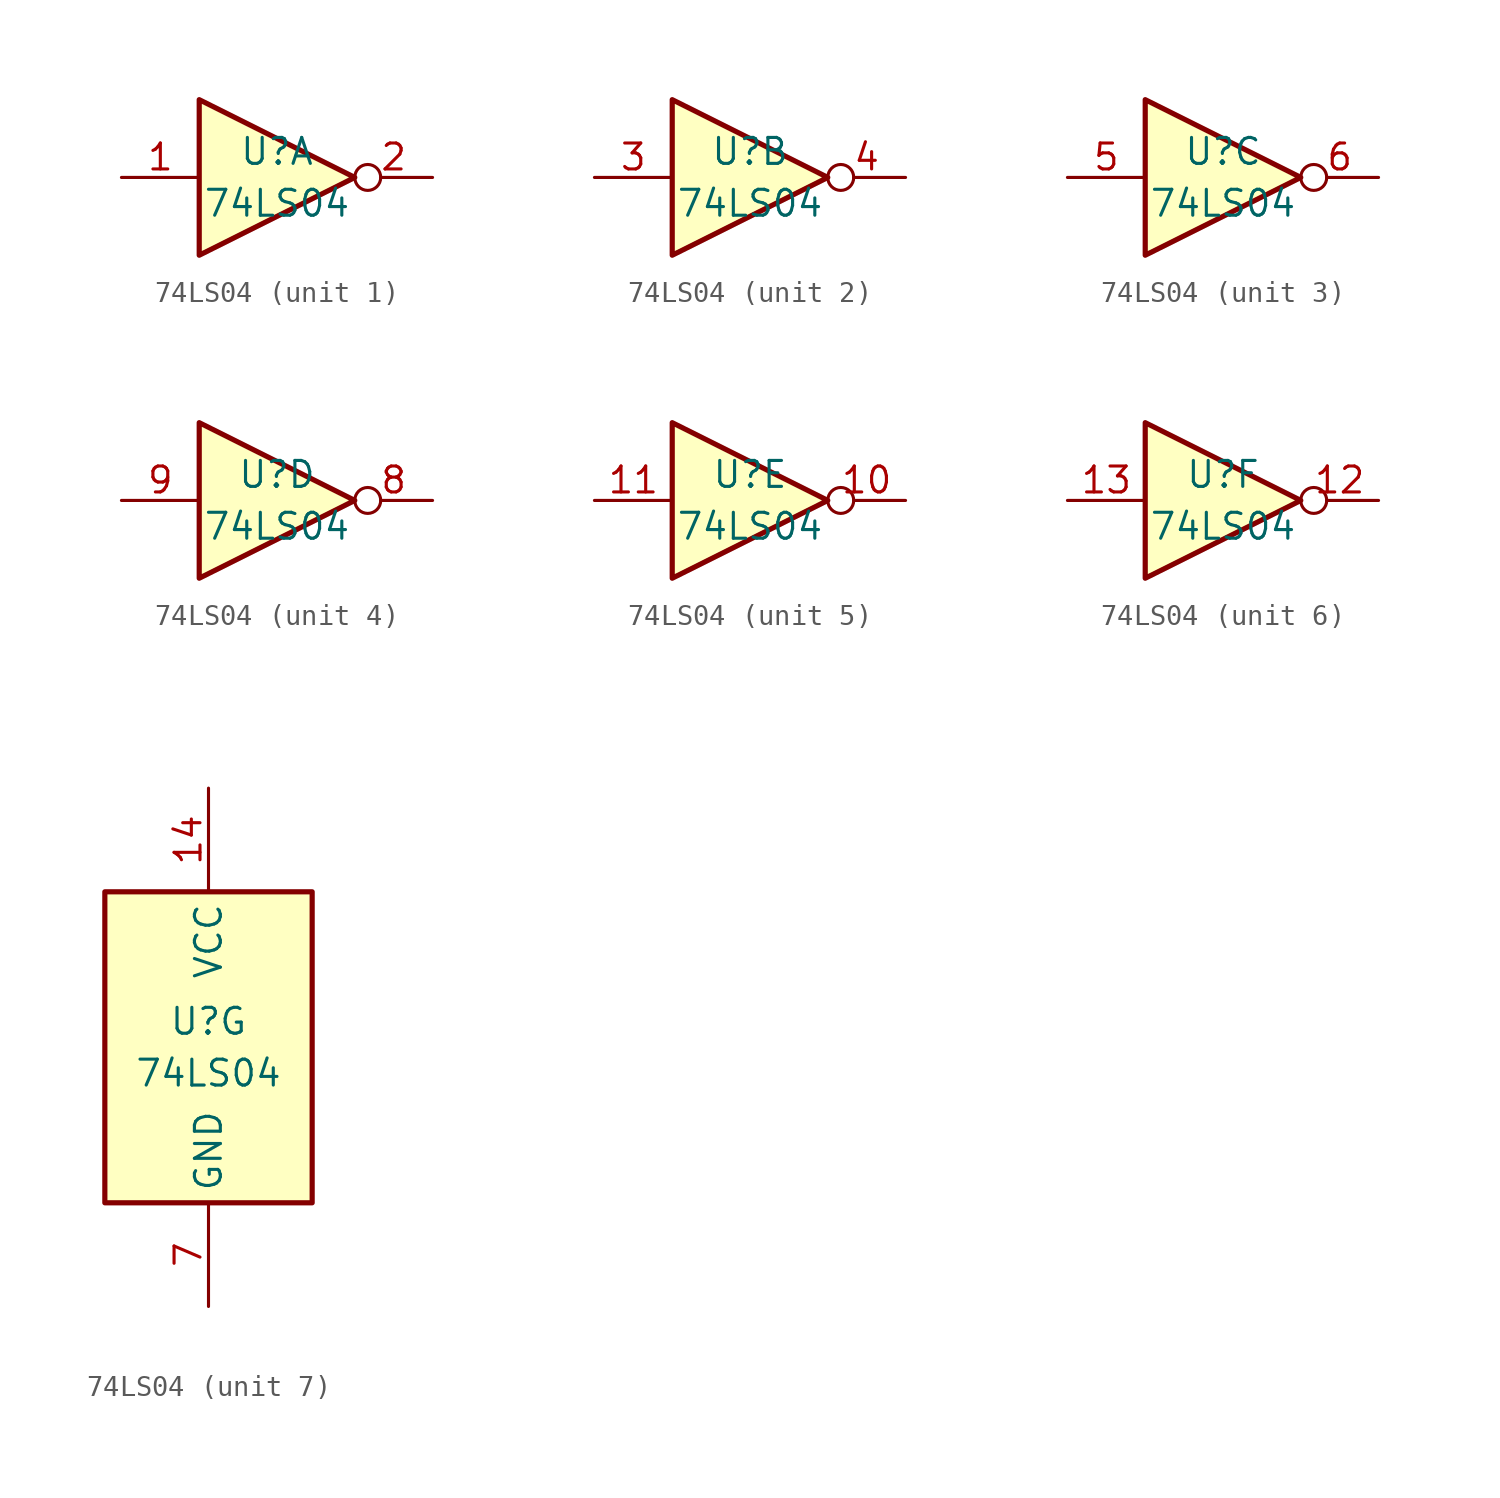
<source format=kicad_sym>
(kicad_symbol_lib
  (version 20241209)
  (generator "kicad_symbol_editor")
  (generator_version "9.0")
  (symbol "74LS04"
    (property "Reference" "U"
      (at 0 1.27 0)
      (effects (font (size 1.27 1.27))))
    (property "Value" "74LS04"
      (at 0 -1.27 0)
      (effects (font (size 1.27 1.27))))
    (property "ki_locked" ""
      (at 0 0 0)
      (effects (font (size 1.27 1.27))))
    (symbol "74LS04_1_0"
      (polyline (pts (xy -3.81 3.81) (xy -3.81 -3.81) (xy 3.81 0) (xy -3.81 3.81)) (stroke (width 0.254) (type default)) (fill (type background)))
      (pin input line (at -7.62 0 0) (length 3.81) (name "~" (effects (font (size 1.27 1.27)))) (number "1" (effects (font (size 1.27 1.27)))))
      (pin output inverted (at 7.62 0 180) (length 3.81) (name "~" (effects (font (size 1.27 1.27)))) (number "2" (effects (font (size 1.27 1.27))))))
    (symbol "74LS04_2_0"
      (polyline (pts (xy -3.81 3.81) (xy -3.81 -3.81) (xy 3.81 0) (xy -3.81 3.81)) (stroke (width 0.254) (type default)) (fill (type background)))
      (pin input line (at -7.62 0 0) (length 3.81) (name "~" (effects (font (size 1.27 1.27)))) (number "3" (effects (font (size 1.27 1.27)))))
      (pin output inverted (at 7.62 0 180) (length 3.81) (name "~" (effects (font (size 1.27 1.27)))) (number "4" (effects (font (size 1.27 1.27))))))
    (symbol "74LS04_3_0"
      (polyline (pts (xy -3.81 3.81) (xy -3.81 -3.81) (xy 3.81 0) (xy -3.81 3.81)) (stroke (width 0.254) (type default)) (fill (type background)))
      (pin input line (at -7.62 0 0) (length 3.81) (name "~" (effects (font (size 1.27 1.27)))) (number "5" (effects (font (size 1.27 1.27)))))
      (pin output inverted (at 7.62 0 180) (length 3.81) (name "~" (effects (font (size 1.27 1.27)))) (number "6" (effects (font (size 1.27 1.27))))))
    (symbol "74LS04_4_0"
      (polyline (pts (xy -3.81 3.81) (xy -3.81 -3.81) (xy 3.81 0) (xy -3.81 3.81)) (stroke (width 0.254) (type default)) (fill (type background)))
      (pin input line (at -7.62 0 0) (length 3.81) (name "~" (effects (font (size 1.27 1.27)))) (number "9" (effects (font (size 1.27 1.27)))))
      (pin output inverted (at 7.62 0 180) (length 3.81) (name "~" (effects (font (size 1.27 1.27)))) (number "8" (effects (font (size 1.27 1.27))))))
    (symbol "74LS04_5_0"
      (polyline (pts (xy -3.81 3.81) (xy -3.81 -3.81) (xy 3.81 0) (xy -3.81 3.81)) (stroke (width 0.254) (type default)) (fill (type background)))
      (pin input line (at -7.62 0 0) (length 3.81) (name "~" (effects (font (size 1.27 1.27)))) (number "11" (effects (font (size 1.27 1.27)))))
      (pin output inverted (at 7.62 0 180) (length 3.81) (name "~" (effects (font (size 1.27 1.27)))) (number "10" (effects (font (size 1.27 1.27))))))
    (symbol "74LS04_6_0"
      (polyline (pts (xy -3.81 3.81) (xy -3.81 -3.81) (xy 3.81 0) (xy -3.81 3.81)) (stroke (width 0.254) (type default)) (fill (type background)))
      (pin input line (at -7.62 0 0) (length 3.81) (name "~" (effects (font (size 1.27 1.27)))) (number "13" (effects (font (size 1.27 1.27)))))
      (pin output inverted (at 7.62 0 180) (length 3.81) (name "~" (effects (font (size 1.27 1.27)))) (number "12" (effects (font (size 1.27 1.27))))))
    (symbol "74LS04_7_0"
      (pin power_in line (at 0 12.7 270) (length 5.08) (name "VCC" (effects (font (size 1.27 1.27)))) (number "14" (effects (font (size 1.27 1.27)))))
      (pin power_in line (at 0 -12.7 90) (length 5.08) (name "GND" (effects (font (size 1.27 1.27)))) (number "7" (effects (font (size 1.27 1.27))))))
    (symbol "74LS04_7_1"
      (rectangle (start -5.08 7.62) (end 5.08 -7.62) (stroke (width 0.254) (type default)) (fill (type background))))))
</source>
